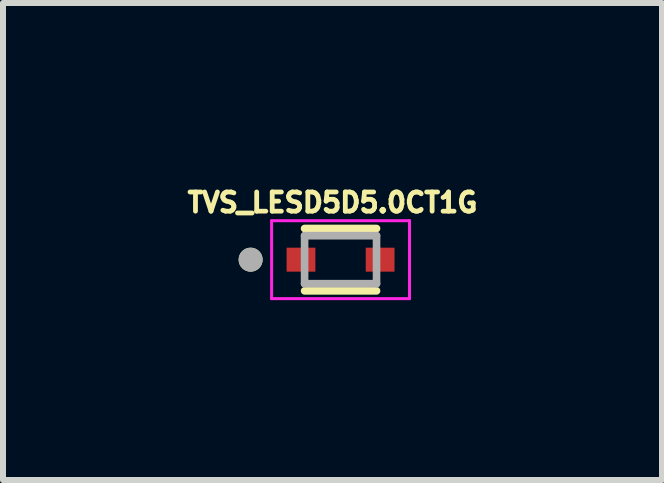
<source format=kicad_pcb>
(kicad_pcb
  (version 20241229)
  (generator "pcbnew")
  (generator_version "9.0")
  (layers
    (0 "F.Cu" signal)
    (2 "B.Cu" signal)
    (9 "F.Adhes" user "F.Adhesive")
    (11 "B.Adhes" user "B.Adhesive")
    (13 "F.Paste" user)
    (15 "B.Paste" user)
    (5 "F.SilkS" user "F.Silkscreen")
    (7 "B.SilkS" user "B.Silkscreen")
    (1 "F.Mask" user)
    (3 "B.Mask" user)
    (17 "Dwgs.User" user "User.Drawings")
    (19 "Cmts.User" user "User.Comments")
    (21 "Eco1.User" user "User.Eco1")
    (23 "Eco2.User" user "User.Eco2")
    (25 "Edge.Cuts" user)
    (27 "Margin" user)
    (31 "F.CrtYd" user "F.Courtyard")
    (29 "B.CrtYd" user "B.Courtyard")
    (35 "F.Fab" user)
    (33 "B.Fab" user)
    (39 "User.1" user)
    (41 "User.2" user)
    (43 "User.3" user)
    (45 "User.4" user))
  (footprint "TVS_LESD5D5.0CT1G"
    (layer "F.Cu")
    (at 2.63 1.281)
    (property "Reference" "TVS_LESD5D5.0CT1G" (at -0.134 -0.953 0) (layer "F.SilkS") (effects (font (size 0.32 0.32) (thickness 0.15))))
    (attr smd)
    (fp_line (start -0.6 -0.52) (end 0.6 -0.52) (stroke (width 0.127) (type solid)) (layer "F.SilkS"))
    (fp_line (start 0.6 0.52) (end -0.6 0.52) (stroke (width 0.127) (type solid)) (layer "F.SilkS"))
    (fp_circle (center -1.5 0) (end -1.4 0) (stroke (width 0.2) (type solid)) (fill no) (layer "F.SilkS"))
    (fp_line (start -1.15 -0.65) (end -1.15 0.65) (stroke (width 0.05) (type solid)) (layer "F.CrtYd"))
    (fp_line (start -1.15 0.65) (end 1.15 0.65) (stroke (width 0.05) (type solid)) (layer "F.CrtYd"))
    (fp_line (start 1.15 -0.65) (end -1.15 -0.65) (stroke (width 0.05) (type solid)) (layer "F.CrtYd"))
    (fp_line (start 1.15 0.65) (end 1.15 -0.65) (stroke (width 0.05) (type solid)) (layer "F.CrtYd"))
    (fp_line (start -0.6 -0.4) (end 0.6 -0.4) (stroke (width 0.127) (type solid)) (layer "F.Fab"))
    (fp_line (start -0.6 0.4) (end -0.6 -0.4) (stroke (width 0.127) (type solid)) (layer "F.Fab"))
    (fp_line (start 0.6 -0.4) (end 0.6 0.4) (stroke (width 0.127) (type solid)) (layer "F.Fab"))
    (fp_line (start 0.6 0.4) (end -0.6 0.4) (stroke (width 0.127) (type solid)) (layer "F.Fab"))
    (fp_circle (center -1.5 0) (end -1.4 0) (stroke (width 0.2) (type solid)) (fill no) (layer "F.Fab"))
    (pad "1" smd rect (at -0.66 0) (size 0.48 0.4) (layers "F.Cu" "F.Mask" "F.Paste"))
    (pad "2" smd rect (at 0.66 0) (size 0.48 0.4) (layers "F.Cu" "F.Mask" "F.Paste")))
  (gr_rect
    (start -3 -3)
    (end 7.991 4.956)
    (stroke (width 0.1) (type default))
    (fill no)
    (layer "Edge.Cuts")))
</source>
